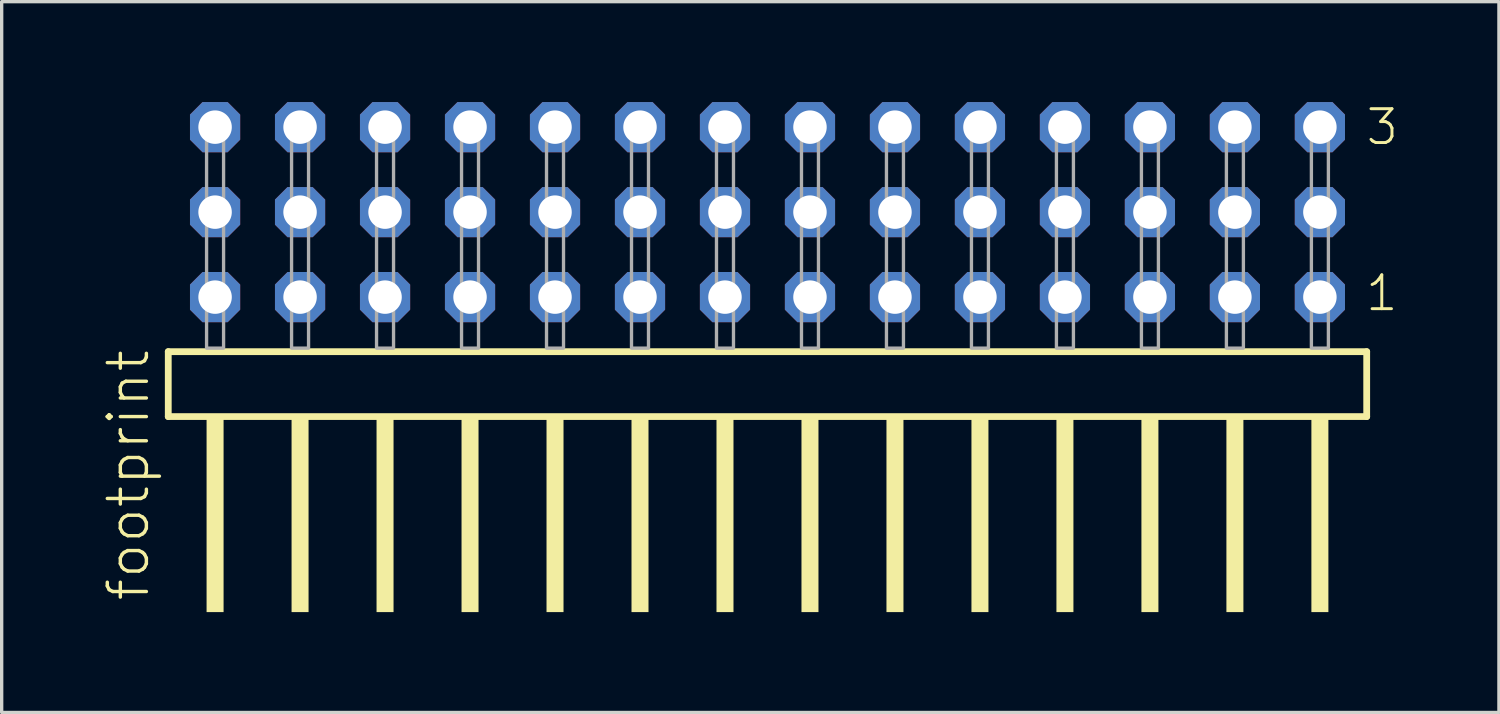
<source format=kicad_pcb>
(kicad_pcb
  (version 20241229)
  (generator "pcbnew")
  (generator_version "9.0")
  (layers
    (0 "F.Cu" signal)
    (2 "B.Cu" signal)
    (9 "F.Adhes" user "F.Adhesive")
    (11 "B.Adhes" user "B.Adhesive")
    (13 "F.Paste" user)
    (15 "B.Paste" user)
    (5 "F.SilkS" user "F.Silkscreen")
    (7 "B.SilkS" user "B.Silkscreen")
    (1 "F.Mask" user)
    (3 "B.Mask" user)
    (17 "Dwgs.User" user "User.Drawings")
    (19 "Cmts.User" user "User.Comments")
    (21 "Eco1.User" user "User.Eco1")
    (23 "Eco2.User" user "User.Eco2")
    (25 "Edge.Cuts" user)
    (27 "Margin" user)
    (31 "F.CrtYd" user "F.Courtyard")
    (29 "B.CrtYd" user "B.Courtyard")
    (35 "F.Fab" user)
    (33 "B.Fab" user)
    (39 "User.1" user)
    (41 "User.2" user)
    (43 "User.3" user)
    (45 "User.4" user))
  (footprint "footprint"
    (layer "F.Cu")
    (at 19.888 7.354)
    (property "Reference" "footprint" (at -18.415 7.62 90) (layer "F.SilkS") (effects (font (size 1.168 1.168) (thickness 0.102)) (justify left bottom)))
    (fp_line (start -17.909 0.106) (end -17.909 2.046) (stroke (width 0.203) (type solid)) (layer "F.SilkS"))
    (fp_line (start -17.909 2.046) (end 17.909 2.046) (stroke (width 0.203) (type solid)) (layer "F.SilkS"))
    (fp_line (start 17.909 0.106) (end -17.909 0.106) (stroke (width 0.203) (type solid)) (layer "F.SilkS"))
    (fp_line (start 17.909 2.046) (end 17.909 0.106) (stroke (width 0.203) (type solid)) (layer "F.SilkS"))
    (fp_poly (pts (xy -16.764 7.89) (xy -16.256 7.89) (xy -16.256 2.04) (xy -16.764 2.04)) (stroke (width 0) (type solid)) (fill yes) (layer "F.SilkS"))
    (fp_poly (pts (xy -14.224 7.89) (xy -13.716 7.89) (xy -13.716 2.04) (xy -14.224 2.04)) (stroke (width 0) (type solid)) (fill yes) (layer "F.SilkS"))
    (fp_poly (pts (xy -11.684 7.89) (xy -11.176 7.89) (xy -11.176 2.04) (xy -11.684 2.04)) (stroke (width 0) (type solid)) (fill yes) (layer "F.SilkS"))
    (fp_poly (pts (xy -9.144 7.89) (xy -8.636 7.89) (xy -8.636 2.04) (xy -9.144 2.04)) (stroke (width 0) (type solid)) (fill yes) (layer "F.SilkS"))
    (fp_poly (pts (xy -6.604 7.89) (xy -6.096 7.89) (xy -6.096 2.04) (xy -6.604 2.04)) (stroke (width 0) (type solid)) (fill yes) (layer "F.SilkS"))
    (fp_poly (pts (xy -4.064 7.89) (xy -3.556 7.89) (xy -3.556 2.04) (xy -4.064 2.04)) (stroke (width 0) (type solid)) (fill yes) (layer "F.SilkS"))
    (fp_poly (pts (xy -1.524 7.89) (xy -1.016 7.89) (xy -1.016 2.04) (xy -1.524 2.04)) (stroke (width 0) (type solid)) (fill yes) (layer "F.SilkS"))
    (fp_poly (pts (xy 1.016 7.89) (xy 1.524 7.89) (xy 1.524 2.04) (xy 1.016 2.04)) (stroke (width 0) (type solid)) (fill yes) (layer "F.SilkS"))
    (fp_poly (pts (xy 3.556 7.89) (xy 4.064 7.89) (xy 4.064 2.04) (xy 3.556 2.04)) (stroke (width 0) (type solid)) (fill yes) (layer "F.SilkS"))
    (fp_poly (pts (xy 6.096 7.89) (xy 6.604 7.89) (xy 6.604 2.04) (xy 6.096 2.04)) (stroke (width 0) (type solid)) (fill yes) (layer "F.SilkS"))
    (fp_poly (pts (xy 8.636 7.89) (xy 9.144 7.89) (xy 9.144 2.04) (xy 8.636 2.04)) (stroke (width 0) (type solid)) (fill yes) (layer "F.SilkS"))
    (fp_poly (pts (xy 11.176 7.89) (xy 11.684 7.89) (xy 11.684 2.04) (xy 11.176 2.04)) (stroke (width 0) (type solid)) (fill yes) (layer "F.SilkS"))
    (fp_poly (pts (xy 13.716 7.89) (xy 14.224 7.89) (xy 14.224 2.04) (xy 13.716 2.04)) (stroke (width 0) (type solid)) (fill yes) (layer "F.SilkS"))
    (fp_poly (pts (xy 16.256 7.89) (xy 16.764 7.89) (xy 16.764 2.04) (xy 16.256 2.04)) (stroke (width 0) (type solid)) (fill yes) (layer "F.SilkS"))
    (fp_poly (pts (xy -16.764 0) (xy -16.256 0) (xy -16.256 -6.858) (xy -16.764 -6.858)) (stroke (width 0.1) (type solid)) (fill no) (layer "F.Fab"))
    (fp_poly (pts (xy -14.224 0) (xy -13.716 0) (xy -13.716 -6.858) (xy -14.224 -6.858)) (stroke (width 0.1) (type solid)) (fill no) (layer "F.Fab"))
    (fp_poly (pts (xy -11.684 0) (xy -11.176 0) (xy -11.176 -6.858) (xy -11.684 -6.858)) (stroke (width 0.1) (type solid)) (fill no) (layer "F.Fab"))
    (fp_poly (pts (xy -9.144 0) (xy -8.636 0) (xy -8.636 -6.858) (xy -9.144 -6.858)) (stroke (width 0.1) (type solid)) (fill no) (layer "F.Fab"))
    (fp_poly (pts (xy -6.604 0) (xy -6.096 0) (xy -6.096 -6.858) (xy -6.604 -6.858)) (stroke (width 0.1) (type solid)) (fill no) (layer "F.Fab"))
    (fp_poly (pts (xy -4.064 0) (xy -3.556 0) (xy -3.556 -6.858) (xy -4.064 -6.858)) (stroke (width 0.1) (type solid)) (fill no) (layer "F.Fab"))
    (fp_poly (pts (xy -1.524 0) (xy -1.016 0) (xy -1.016 -6.858) (xy -1.524 -6.858)) (stroke (width 0.1) (type solid)) (fill no) (layer "F.Fab"))
    (fp_poly (pts (xy 1.016 0) (xy 1.524 0) (xy 1.524 -6.858) (xy 1.016 -6.858)) (stroke (width 0.1) (type solid)) (fill no) (layer "F.Fab"))
    (fp_poly (pts (xy 3.556 0) (xy 4.064 0) (xy 4.064 -6.858) (xy 3.556 -6.858)) (stroke (width 0.1) (type solid)) (fill no) (layer "F.Fab"))
    (fp_poly (pts (xy 6.096 0) (xy 6.604 0) (xy 6.604 -6.858) (xy 6.096 -6.858)) (stroke (width 0.1) (type solid)) (fill no) (layer "F.Fab"))
    (fp_poly (pts (xy 8.636 0) (xy 9.144 0) (xy 9.144 -6.858) (xy 8.636 -6.858)) (stroke (width 0.1) (type solid)) (fill no) (layer "F.Fab"))
    (fp_poly (pts (xy 11.176 0) (xy 11.684 0) (xy 11.684 -6.858) (xy 11.176 -6.858)) (stroke (width 0.1) (type solid)) (fill no) (layer "F.Fab"))
    (fp_poly (pts (xy 13.716 0) (xy 14.224 0) (xy 14.224 -6.858) (xy 13.716 -6.858)) (stroke (width 0.1) (type solid)) (fill no) (layer "F.Fab"))
    (fp_poly (pts (xy 16.256 0) (xy 16.764 0) (xy 16.764 -6.858) (xy 16.256 -6.858)) (stroke (width 0.1) (type solid)) (fill no) (layer "F.Fab"))
    (fp_text user "1" (at 17.82 -1.05 0) (layer "F.SilkS") (effects (font (size 1.012 1.012) (thickness 0.088)) (justify left bottom)))
    (fp_text user "3" (at 17.835 -6.015 0) (layer "F.SilkS") (effects (font (size 1.012 1.012) (thickness 0.088)) (justify left bottom)))
    (pad "1" thru_hole roundrect (at 16.51 -1.524 180) (size 1.5 1.5) (drill 1) (layers "*.Cu" "*.Mask") (roundrect_rratio 0.25) (chamfer_ratio 0.25) (chamfer top_left top_right bottom_left bottom_right))
    (pad "2" thru_hole roundrect (at 16.51 -4.064 180) (size 1.5 1.5) (drill 1) (layers "*.Cu" "*.Mask") (roundrect_rratio 0.25) (chamfer_ratio 0.25) (chamfer top_left top_right bottom_left bottom_right))
    (pad "3" thru_hole roundrect (at 16.51 -6.604 180) (size 1.5 1.5) (drill 1) (layers "*.Cu" "*.Mask") (roundrect_rratio 0.25) (chamfer_ratio 0.25) (chamfer top_left top_right bottom_left bottom_right))
    (pad "4" thru_hole roundrect (at 13.97 -1.524 180) (size 1.5 1.5) (drill 1) (layers "*.Cu" "*.Mask") (roundrect_rratio 0.25) (chamfer_ratio 0.25) (chamfer top_left top_right bottom_left bottom_right))
    (pad "5" thru_hole roundrect (at 13.97 -4.064 180) (size 1.5 1.5) (drill 1) (layers "*.Cu" "*.Mask") (roundrect_rratio 0.25) (chamfer_ratio 0.25) (chamfer top_left top_right bottom_left bottom_right))
    (pad "6" thru_hole roundrect (at 13.97 -6.604 180) (size 1.5 1.5) (drill 1) (layers "*.Cu" "*.Mask") (roundrect_rratio 0.25) (chamfer_ratio 0.25) (chamfer top_left top_right bottom_left bottom_right))
    (pad "7" thru_hole roundrect (at 11.43 -1.524 180) (size 1.5 1.5) (drill 1) (layers "*.Cu" "*.Mask") (roundrect_rratio 0.25) (chamfer_ratio 0.25) (chamfer top_left top_right bottom_left bottom_right))
    (pad "8" thru_hole roundrect (at 11.43 -4.064 180) (size 1.5 1.5) (drill 1) (layers "*.Cu" "*.Mask") (roundrect_rratio 0.25) (chamfer_ratio 0.25) (chamfer top_left top_right bottom_left bottom_right))
    (pad "9" thru_hole roundrect (at 11.43 -6.604 180) (size 1.5 1.5) (drill 1) (layers "*.Cu" "*.Mask") (roundrect_rratio 0.25) (chamfer_ratio 0.25) (chamfer top_left top_right bottom_left bottom_right))
    (pad "10" thru_hole roundrect (at 8.89 -1.524 180) (size 1.5 1.5) (drill 1) (layers "*.Cu" "*.Mask") (roundrect_rratio 0.25) (chamfer_ratio 0.25) (chamfer top_left top_right bottom_left bottom_right))
    (pad "11" thru_hole roundrect (at 8.89 -4.064 180) (size 1.5 1.5) (drill 1) (layers "*.Cu" "*.Mask") (roundrect_rratio 0.25) (chamfer_ratio 0.25) (chamfer top_left top_right bottom_left bottom_right))
    (pad "12" thru_hole roundrect (at 8.89 -6.604 180) (size 1.5 1.5) (drill 1) (layers "*.Cu" "*.Mask") (roundrect_rratio 0.25) (chamfer_ratio 0.25) (chamfer top_left top_right bottom_left bottom_right))
    (pad "13" thru_hole roundrect (at 6.35 -1.524 180) (size 1.5 1.5) (drill 1) (layers "*.Cu" "*.Mask") (roundrect_rratio 0.25) (chamfer_ratio 0.25) (chamfer top_left top_right bottom_left bottom_right))
    (pad "14" thru_hole roundrect (at 6.35 -4.064 180) (size 1.5 1.5) (drill 1) (layers "*.Cu" "*.Mask") (roundrect_rratio 0.25) (chamfer_ratio 0.25) (chamfer top_left top_right bottom_left bottom_right))
    (pad "15" thru_hole roundrect (at 6.35 -6.604 180) (size 1.5 1.5) (drill 1) (layers "*.Cu" "*.Mask") (roundrect_rratio 0.25) (chamfer_ratio 0.25) (chamfer top_left top_right bottom_left bottom_right))
    (pad "16" thru_hole roundrect (at 3.81 -1.524 180) (size 1.5 1.5) (drill 1) (layers "*.Cu" "*.Mask") (roundrect_rratio 0.25) (chamfer_ratio 0.25) (chamfer top_left top_right bottom_left bottom_right))
    (pad "17" thru_hole roundrect (at 3.81 -4.064 180) (size 1.5 1.5) (drill 1) (layers "*.Cu" "*.Mask") (roundrect_rratio 0.25) (chamfer_ratio 0.25) (chamfer top_left top_right bottom_left bottom_right))
    (pad "18" thru_hole roundrect (at 3.81 -6.604 180) (size 1.5 1.5) (drill 1) (layers "*.Cu" "*.Mask") (roundrect_rratio 0.25) (chamfer_ratio 0.25) (chamfer top_left top_right bottom_left bottom_right))
    (pad "19" thru_hole roundrect (at 1.27 -1.524 180) (size 1.5 1.5) (drill 1) (layers "*.Cu" "*.Mask") (roundrect_rratio 0.25) (chamfer_ratio 0.25) (chamfer top_left top_right bottom_left bottom_right))
    (pad "20" thru_hole roundrect (at 1.27 -4.064 180) (size 1.5 1.5) (drill 1) (layers "*.Cu" "*.Mask") (roundrect_rratio 0.25) (chamfer_ratio 0.25) (chamfer top_left top_right bottom_left bottom_right))
    (pad "21" thru_hole roundrect (at 1.27 -6.604 180) (size 1.5 1.5) (drill 1) (layers "*.Cu" "*.Mask") (roundrect_rratio 0.25) (chamfer_ratio 0.25) (chamfer top_left top_right bottom_left bottom_right))
    (pad "22" thru_hole roundrect (at -1.27 -1.524 180) (size 1.5 1.5) (drill 1) (layers "*.Cu" "*.Mask") (roundrect_rratio 0.25) (chamfer_ratio 0.25) (chamfer top_left top_right bottom_left bottom_right))
    (pad "23" thru_hole roundrect (at -1.27 -4.064 180) (size 1.5 1.5) (drill 1) (layers "*.Cu" "*.Mask") (roundrect_rratio 0.25) (chamfer_ratio 0.25) (chamfer top_left top_right bottom_left bottom_right))
    (pad "24" thru_hole roundrect (at -1.27 -6.604 180) (size 1.5 1.5) (drill 1) (layers "*.Cu" "*.Mask") (roundrect_rratio 0.25) (chamfer_ratio 0.25) (chamfer top_left top_right bottom_left bottom_right))
    (pad "25" thru_hole roundrect (at -3.81 -1.524 180) (size 1.5 1.5) (drill 1) (layers "*.Cu" "*.Mask") (roundrect_rratio 0.25) (chamfer_ratio 0.25) (chamfer top_left top_right bottom_left bottom_right))
    (pad "26" thru_hole roundrect (at -3.81 -4.064 180) (size 1.5 1.5) (drill 1) (layers "*.Cu" "*.Mask") (roundrect_rratio 0.25) (chamfer_ratio 0.25) (chamfer top_left top_right bottom_left bottom_right))
    (pad "27" thru_hole roundrect (at -3.81 -6.604 180) (size 1.5 1.5) (drill 1) (layers "*.Cu" "*.Mask") (roundrect_rratio 0.25) (chamfer_ratio 0.25) (chamfer top_left top_right bottom_left bottom_right))
    (pad "28" thru_hole roundrect (at -6.35 -1.524 180) (size 1.5 1.5) (drill 1) (layers "*.Cu" "*.Mask") (roundrect_rratio 0.25) (chamfer_ratio 0.25) (chamfer top_left top_right bottom_left bottom_right))
    (pad "29" thru_hole roundrect (at -6.35 -4.064 180) (size 1.5 1.5) (drill 1) (layers "*.Cu" "*.Mask") (roundrect_rratio 0.25) (chamfer_ratio 0.25) (chamfer top_left top_right bottom_left bottom_right))
    (pad "30" thru_hole roundrect (at -6.35 -6.604 180) (size 1.5 1.5) (drill 1) (layers "*.Cu" "*.Mask") (roundrect_rratio 0.25) (chamfer_ratio 0.25) (chamfer top_left top_right bottom_left bottom_right))
    (pad "31" thru_hole roundrect (at -8.89 -1.524 180) (size 1.5 1.5) (drill 1) (layers "*.Cu" "*.Mask") (roundrect_rratio 0.25) (chamfer_ratio 0.25) (chamfer top_left top_right bottom_left bottom_right))
    (pad "32" thru_hole roundrect (at -8.89 -4.064 180) (size 1.5 1.5) (drill 1) (layers "*.Cu" "*.Mask") (roundrect_rratio 0.25) (chamfer_ratio 0.25) (chamfer top_left top_right bottom_left bottom_right))
    (pad "33" thru_hole roundrect (at -8.89 -6.604 180) (size 1.5 1.5) (drill 1) (layers "*.Cu" "*.Mask") (roundrect_rratio 0.25) (chamfer_ratio 0.25) (chamfer top_left top_right bottom_left bottom_right))
    (pad "34" thru_hole roundrect (at -11.43 -1.524 180) (size 1.5 1.5) (drill 1) (layers "*.Cu" "*.Mask") (roundrect_rratio 0.25) (chamfer_ratio 0.25) (chamfer top_left top_right bottom_left bottom_right))
    (pad "35" thru_hole roundrect (at -11.43 -4.064 180) (size 1.5 1.5) (drill 1) (layers "*.Cu" "*.Mask") (roundrect_rratio 0.25) (chamfer_ratio 0.25) (chamfer top_left top_right bottom_left bottom_right))
    (pad "36" thru_hole roundrect (at -11.43 -6.604 180) (size 1.5 1.5) (drill 1) (layers "*.Cu" "*.Mask") (roundrect_rratio 0.25) (chamfer_ratio 0.25) (chamfer top_left top_right bottom_left bottom_right))
    (pad "37" thru_hole roundrect (at -13.97 -1.524 180) (size 1.5 1.5) (drill 1) (layers "*.Cu" "*.Mask") (roundrect_rratio 0.25) (chamfer_ratio 0.25) (chamfer top_left top_right bottom_left bottom_right))
    (pad "38" thru_hole roundrect (at -13.97 -4.064 180) (size 1.5 1.5) (drill 1) (layers "*.Cu" "*.Mask") (roundrect_rratio 0.25) (chamfer_ratio 0.25) (chamfer top_left top_right bottom_left bottom_right))
    (pad "39" thru_hole roundrect (at -13.97 -6.604 180) (size 1.5 1.5) (drill 1) (layers "*.Cu" "*.Mask") (roundrect_rratio 0.25) (chamfer_ratio 0.25) (chamfer top_left top_right bottom_left bottom_right))
    (pad "40" thru_hole roundrect (at -16.51 -1.524 180) (size 1.5 1.5) (drill 1) (layers "*.Cu" "*.Mask") (roundrect_rratio 0.25) (chamfer_ratio 0.25) (chamfer top_left top_right bottom_left bottom_right))
    (pad "41" thru_hole roundrect (at -16.51 -4.064 180) (size 1.5 1.5) (drill 1) (layers "*.Cu" "*.Mask") (roundrect_rratio 0.25) (chamfer_ratio 0.25) (chamfer top_left top_right bottom_left bottom_right))
    (pad "42" thru_hole roundrect (at -16.51 -6.604 180) (size 1.5 1.5) (drill 1) (layers "*.Cu" "*.Mask") (roundrect_rratio 0.25) (chamfer_ratio 0.25) (chamfer top_left top_right bottom_left bottom_right)))
  (gr_rect
    (start -3 -3)
    (end 41.749 18.244)
    (stroke (width 0.1) (type default))
    (fill no)
    (layer "Edge.Cuts")))
</source>
